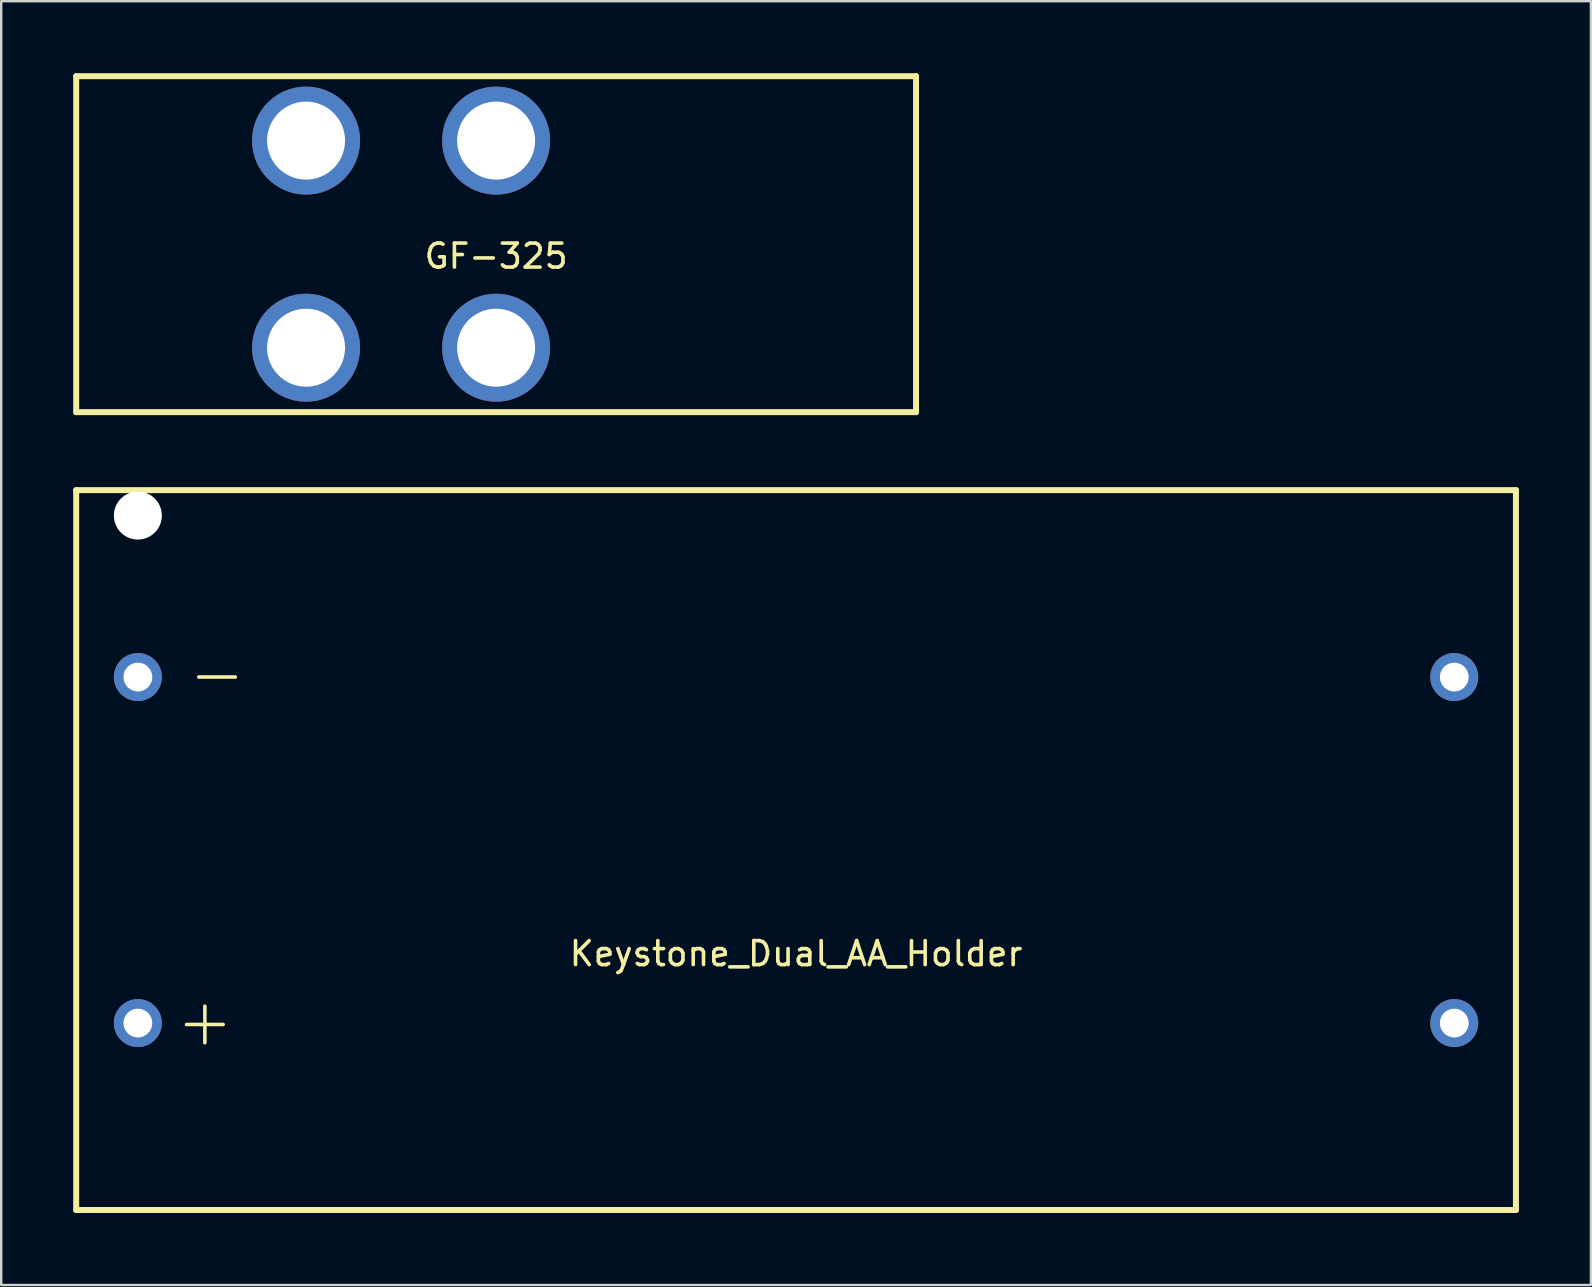
<source format=kicad_pcb>
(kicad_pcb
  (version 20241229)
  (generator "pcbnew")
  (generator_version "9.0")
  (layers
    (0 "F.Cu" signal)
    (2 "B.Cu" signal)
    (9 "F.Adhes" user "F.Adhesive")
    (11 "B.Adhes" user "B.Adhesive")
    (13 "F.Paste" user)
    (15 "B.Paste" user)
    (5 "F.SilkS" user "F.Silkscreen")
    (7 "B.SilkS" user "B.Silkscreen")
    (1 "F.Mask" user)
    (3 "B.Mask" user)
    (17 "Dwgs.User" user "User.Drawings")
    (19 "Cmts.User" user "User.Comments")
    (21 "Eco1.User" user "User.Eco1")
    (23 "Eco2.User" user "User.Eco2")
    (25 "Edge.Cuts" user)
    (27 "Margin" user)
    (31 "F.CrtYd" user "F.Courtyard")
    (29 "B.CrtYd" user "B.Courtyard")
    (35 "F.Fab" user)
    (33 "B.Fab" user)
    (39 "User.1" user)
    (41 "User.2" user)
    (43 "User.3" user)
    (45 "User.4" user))
  (footprint "GF-325"
    (layer "F.Cu")
    (at 17.625 7.125)
    (property "Reference" "GF-325" (at 0 0.5 0) (layer "F.SilkS") (effects (font (size 1 1) (thickness 0.15))))
    (attr through_hole)
    (fp_line (start -17.5 -7) (end -17.5 7) (stroke (width 0.25) (type solid)) (layer "F.SilkS"))
    (fp_line (start -17.5 -7) (end 17.5 -7) (stroke (width 0.25) (type solid)) (layer "F.SilkS"))
    (fp_line (start -17.5 7) (end 17.5 7) (stroke (width 0.25) (type solid)) (layer "F.SilkS"))
    (fp_line (start 17.5 -7) (end 17.5 7) (stroke (width 0.25) (type solid)) (layer "F.SilkS"))
    (pad "1" thru_hole circle (at -7.92 4.315) (size 4.5 4.5) (drill 3.25) (layers "*.Cu" "*.Mask"))
    (pad "2" thru_hole circle (at 0 4.315) (size 4.5 4.5) (drill 3.25) (layers "*.Cu" "*.Mask"))
    (pad "3" thru_hole circle (at -7.92 -4.315) (size 4.5 4.5) (drill 3.25) (layers "*.Cu" "*.Mask"))
    (pad "4" thru_hole circle (at 0 -4.315) (size 4.5 4.5) (drill 3.25) (layers "*.Cu" "*.Mask")))
  (footprint "Keystone_Dual_AA_Holder"
    (layer "F.Cu")
    (at 30.125 32.375)
    (property "Reference" "Keystone_Dual_AA_Holder" (at 0 4.318 0) (layer "F.SilkS") (effects (font (size 1 1) (thickness 0.15))))
    (attr through_hole)
    (fp_line (start -30 -15) (end -30 15) (stroke (width 0.25) (type solid)) (layer "F.SilkS"))
    (fp_line (start -30 -15) (end 30 -15) (stroke (width 0.25) (type solid)) (layer "F.SilkS"))
    (fp_line (start -30 15) (end 30 15) (stroke (width 0.25) (type solid)) (layer "F.SilkS"))
    (fp_line (start 30 -15) (end 30 15) (stroke (width 0.25) (type solid)) (layer "F.SilkS"))
    (fp_text user "-" (at -24.13 -7.366 0) (layer "F.SilkS") (effects (font (size 2 2) (thickness 0.15))))
    (fp_text user "+" (at -24.638 7.112 0) (layer "F.SilkS") (effects (font (size 2 2) (thickness 0.15))))
    (pad "" np_thru_hole circle (at -27.43 -13.94) (size 2 2) (drill 2) (layers "*.Cu" "*.Mask"))
    (pad "1" thru_hole circle (at -27.43 7.21) (size 2 2) (drill 1.2) (layers "*.Cu" "*.Mask"))
    (pad "2" thru_hole circle (at 27.43 7.21) (size 2 2) (drill 1.2) (layers "*.Cu" "*.Mask"))
    (pad "3" thru_hole circle (at -27.43 -7.21) (size 2 2) (drill 1.2) (layers "*.Cu" "*.Mask"))
    (pad "4" thru_hole circle (at 27.43 -7.21) (size 2 2) (drill 1.2) (layers "*.Cu" "*.Mask")))
  (gr_rect
    (start -3 -3)
    (end 63.25 50.5)
    (stroke (width 0.1) (type default))
    (fill no)
    (layer "Edge.Cuts")))
</source>
